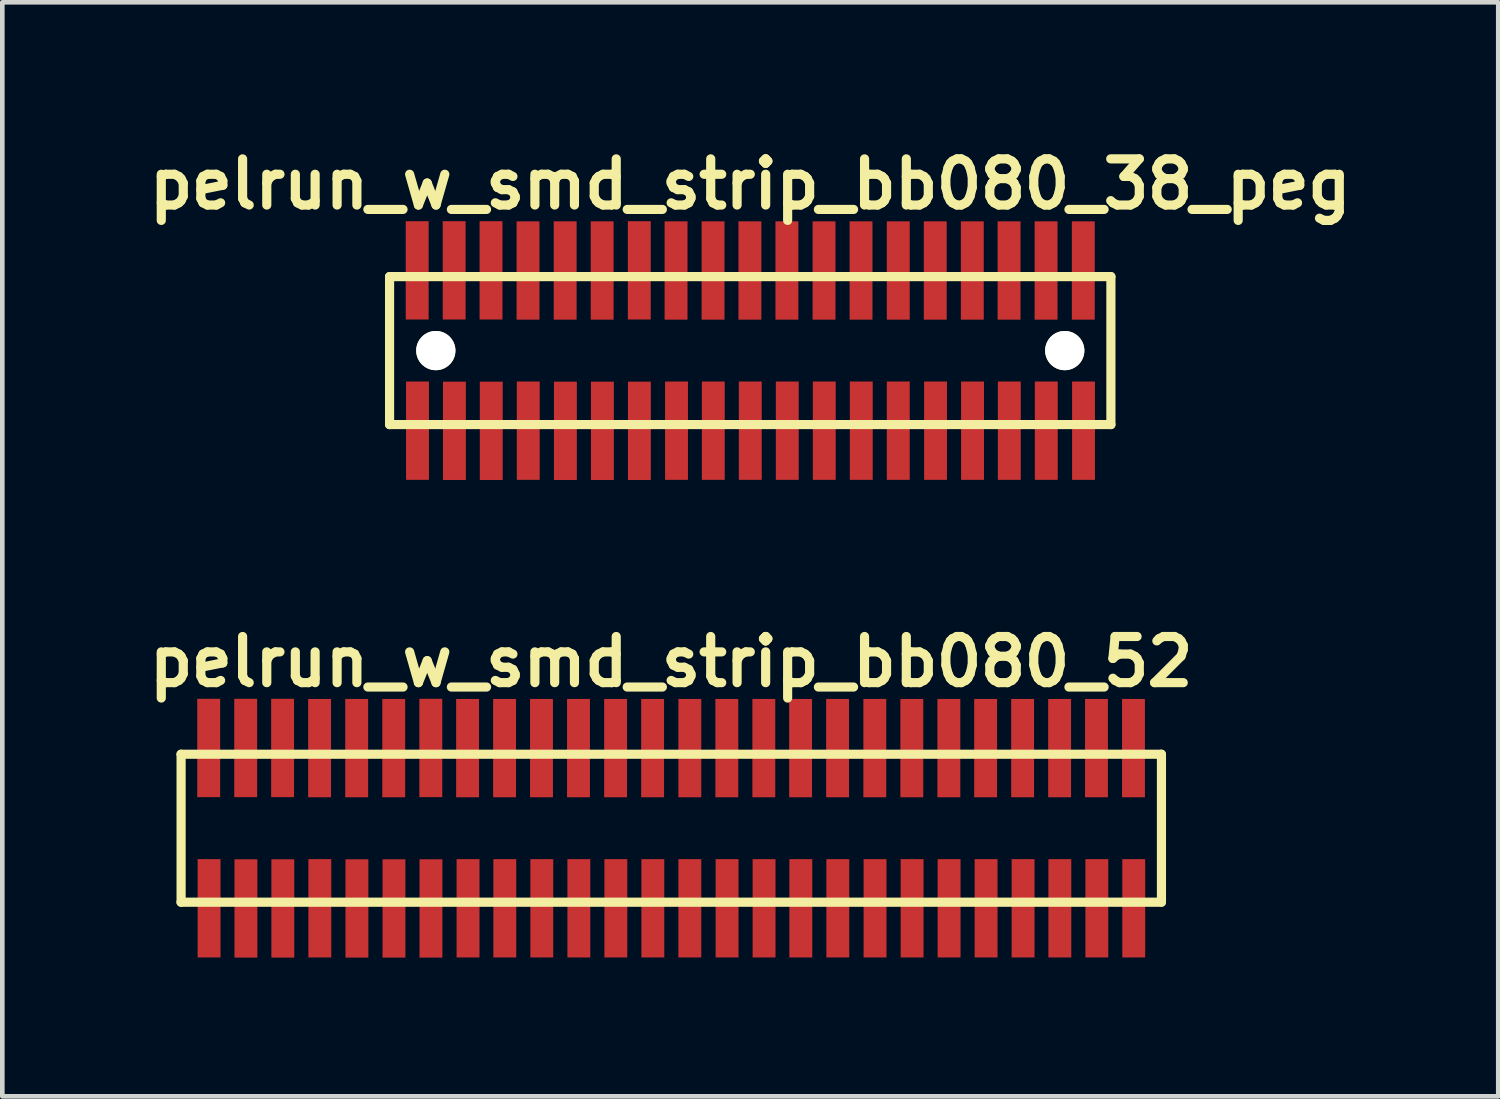
<source format=kicad_pcb>
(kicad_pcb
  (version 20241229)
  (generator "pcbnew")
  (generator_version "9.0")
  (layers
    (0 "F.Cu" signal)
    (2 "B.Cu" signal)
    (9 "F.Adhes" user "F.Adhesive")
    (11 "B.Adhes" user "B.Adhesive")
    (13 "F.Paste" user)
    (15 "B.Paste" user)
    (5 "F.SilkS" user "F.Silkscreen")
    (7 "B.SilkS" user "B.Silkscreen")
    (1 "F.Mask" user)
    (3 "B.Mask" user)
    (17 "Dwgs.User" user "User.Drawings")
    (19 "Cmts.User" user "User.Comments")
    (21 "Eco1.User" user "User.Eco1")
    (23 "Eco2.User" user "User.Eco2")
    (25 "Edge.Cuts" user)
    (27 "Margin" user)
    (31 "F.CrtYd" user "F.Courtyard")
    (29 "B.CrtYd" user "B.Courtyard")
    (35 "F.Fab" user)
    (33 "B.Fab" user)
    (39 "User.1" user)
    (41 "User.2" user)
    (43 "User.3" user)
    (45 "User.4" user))
  (footprint "pelrun_w_smd_strip_bb080_52"
    (layer "F.Cu")
    (at 11.463 14.859)
    (property "Reference" "pelrun_w_smd_strip_bb080_52" (at 0 -3.599 0) (layer "F.SilkS") (effects (font (size 0.998 0.998) (thickness 0.198))))
    (attr through_hole)
    (fp_line (start -10.599 1.6) (end 10.599 1.6) (stroke (width 0.198) (type solid)) (layer "F.SilkS"))
    (fp_line (start -10.597 -1.6) (end -10.597 1.6) (stroke (width 0.198) (type solid)) (layer "F.SilkS"))
    (fp_line (start 10.599 -1.6) (end -10.599 -1.6) (stroke (width 0.198) (type solid)) (layer "F.SilkS"))
    (fp_line (start 10.602 1.6) (end 10.602 -1.6) (stroke (width 0.198) (type solid)) (layer "F.SilkS"))
    (pad "1" smd rect (at -9.992 1.732) (size 0.495 2.126) (layers "F.Cu" "F.Mask" "F.Paste"))
    (pad "2" smd rect (at -10 -1.735) (size 0.495 2.126) (layers "F.Cu" "F.Mask" "F.Paste"))
    (pad "3" smd rect (at -9.195 1.735) (size 0.495 2.126) (layers "F.Cu" "F.Mask" "F.Paste"))
    (pad "4" smd rect (at -9.2 -1.735) (size 0.495 2.126) (layers "F.Cu" "F.Mask" "F.Paste"))
    (pad "5" smd rect (at -8.397 1.735) (size 0.495 2.126) (layers "F.Cu" "F.Mask" "F.Paste"))
    (pad "6" smd rect (at -8.402 -1.735) (size 0.495 2.126) (layers "F.Cu" "F.Mask" "F.Paste"))
    (pad "7" smd rect (at -7.597 1.732) (size 0.495 2.126) (layers "F.Cu" "F.Mask" "F.Paste"))
    (pad "8" smd rect (at -7.602 -1.732) (size 0.495 2.126) (layers "F.Cu" "F.Mask" "F.Paste"))
    (pad "9" smd rect (at -6.795 1.735) (size 0.495 2.126) (layers "F.Cu" "F.Mask" "F.Paste"))
    (pad "10" smd rect (at -6.8 -1.732) (size 0.495 2.126) (layers "F.Cu" "F.Mask" "F.Paste"))
    (pad "11" smd rect (at -5.994 1.735) (size 0.495 2.126) (layers "F.Cu" "F.Mask" "F.Paste"))
    (pad "12" smd rect (at -5.999 -1.732) (size 0.495 2.126) (layers "F.Cu" "F.Mask" "F.Paste"))
    (pad "13" smd rect (at -5.194 1.735) (size 0.495 2.126) (layers "F.Cu" "F.Mask" "F.Paste"))
    (pad "14" smd rect (at -5.197 -1.735) (size 0.495 2.126) (layers "F.Cu" "F.Mask" "F.Paste"))
    (pad "15" smd rect (at -4.392 1.732) (size 0.495 2.126) (layers "F.Cu" "F.Mask" "F.Paste"))
    (pad "16" smd rect (at -4.402 -1.732) (size 0.495 2.126) (layers "F.Cu" "F.Mask" "F.Paste"))
    (pad "17" smd rect (at -3.597 1.732) (size 0.495 2.126) (layers "F.Cu" "F.Mask" "F.Paste"))
    (pad "18" smd rect (at -3.602 -1.732) (size 0.495 2.126) (layers "F.Cu" "F.Mask" "F.Paste"))
    (pad "19" smd rect (at -2.797 1.732) (size 0.495 2.126) (layers "F.Cu" "F.Mask" "F.Paste"))
    (pad "20" smd rect (at -2.804 -1.732) (size 0.495 2.126) (layers "F.Cu" "F.Mask" "F.Paste"))
    (pad "21" smd rect (at -1.996 1.732) (size 0.495 2.126) (layers "F.Cu" "F.Mask" "F.Paste"))
    (pad "22" smd rect (at -2.004 -1.732) (size 0.495 2.126) (layers "F.Cu" "F.Mask" "F.Paste"))
    (pad "23" smd rect (at -1.196 1.732) (size 0.495 2.126) (layers "F.Cu" "F.Mask" "F.Paste"))
    (pad "24" smd rect (at -1.201 -1.732) (size 0.495 2.126) (layers "F.Cu" "F.Mask" "F.Paste"))
    (pad "25" smd rect (at -0.396 1.732) (size 0.495 2.126) (layers "F.Cu" "F.Mask" "F.Paste"))
    (pad "26" smd rect (at -0.401 -1.732) (size 0.495 2.126) (layers "F.Cu" "F.Mask" "F.Paste"))
    (pad "27" smd rect (at 0.404 1.732) (size 0.495 2.126) (layers "F.Cu" "F.Mask" "F.Paste"))
    (pad "28" smd rect (at 0.404 -1.732) (size 0.495 2.126) (layers "F.Cu" "F.Mask" "F.Paste"))
    (pad "29" smd rect (at 1.209 1.732) (size 0.495 2.126) (layers "F.Cu" "F.Mask" "F.Paste"))
    (pad "30" smd rect (at 1.204 -1.732) (size 0.495 2.126) (layers "F.Cu" "F.Mask" "F.Paste"))
    (pad "31" smd rect (at 2.009 1.732) (size 0.495 2.126) (layers "F.Cu" "F.Mask" "F.Paste"))
    (pad "32" smd rect (at 2.004 -1.732) (size 0.495 2.126) (layers "F.Cu" "F.Mask" "F.Paste"))
    (pad "33" smd rect (at 2.804 1.732) (size 0.495 2.126) (layers "F.Cu" "F.Mask" "F.Paste"))
    (pad "34" smd rect (at 2.799 -1.732) (size 0.495 2.126) (layers "F.Cu" "F.Mask" "F.Paste"))
    (pad "35" smd rect (at 3.604 1.732) (size 0.495 2.126) (layers "F.Cu" "F.Mask" "F.Paste"))
    (pad "36" smd rect (at 3.599 -1.732) (size 0.495 2.126) (layers "F.Cu" "F.Mask" "F.Paste"))
    (pad "37" smd rect (at 4.409 1.732) (size 0.495 2.126) (layers "F.Cu" "F.Mask" "F.Paste"))
    (pad "38" smd rect (at 4.404 -1.732) (size 0.495 2.126) (layers "F.Cu" "F.Mask" "F.Paste"))
    (pad "39" smd rect (at 5.21 1.732) (size 0.495 2.126) (layers "F.Cu" "F.Mask" "F.Paste"))
    (pad "40" smd rect (at 5.204 -1.732) (size 0.495 2.126) (layers "F.Cu" "F.Mask" "F.Paste"))
    (pad "41" smd rect (at 6.01 1.732) (size 0.495 2.126) (layers "F.Cu" "F.Mask" "F.Paste"))
    (pad "42" smd rect (at 6.005 -1.732) (size 0.495 2.126) (layers "F.Cu" "F.Mask" "F.Paste"))
    (pad "43" smd rect (at 6.81 1.732) (size 0.495 2.126) (layers "F.Cu" "F.Mask" "F.Paste"))
    (pad "44" smd rect (at 6.8 -1.732) (size 0.495 2.126) (layers "F.Cu" "F.Mask" "F.Paste"))
    (pad "45" smd rect (at 7.61 1.732) (size 0.495 2.126) (layers "F.Cu" "F.Mask" "F.Paste"))
    (pad "46" smd rect (at 7.6 -1.732) (size 0.495 2.126) (layers "F.Cu" "F.Mask" "F.Paste"))
    (pad "47" smd rect (at 8.405 1.732) (size 0.495 2.126) (layers "F.Cu" "F.Mask" "F.Paste"))
    (pad "48" smd rect (at 8.4 -1.732) (size 0.495 2.126) (layers "F.Cu" "F.Mask" "F.Paste"))
    (pad "49" smd rect (at 9.205 1.732) (size 0.495 2.126) (layers "F.Cu" "F.Mask" "F.Paste"))
    (pad "50" smd rect (at 9.197 -1.732) (size 0.495 2.126) (layers "F.Cu" "F.Mask" "F.Paste"))
    (pad "51" smd rect (at 10.003 1.732) (size 0.495 2.126) (layers "F.Cu" "F.Mask" "F.Paste"))
    (pad "52" smd rect (at 9.997 -1.732) (size 0.495 2.126) (layers "F.Cu" "F.Mask" "F.Paste")))
  (footprint "pelrun_w_smd_strip_bb080_38_peg"
    (layer "F.Cu")
    (at 13.174 4.531)
    (property "Reference" "pelrun_w_smd_strip_bb080_38_peg" (at 0 -3.599 0) (layer "F.SilkS") (effects (font (size 0.998 0.998) (thickness 0.198))))
    (attr through_hole)
    (fp_line (start -7.8 -1.6) (end -7.8 1.6) (stroke (width 0.198) (type solid)) (layer "F.SilkS"))
    (fp_line (start -7.8 1.6) (end 7.798 1.6) (stroke (width 0.198) (type solid)) (layer "F.SilkS"))
    (fp_line (start 7.798 -1.6) (end -7.8 -1.6) (stroke (width 0.198) (type solid)) (layer "F.SilkS"))
    (fp_line (start 7.798 1.6) (end 7.798 -1.6) (stroke (width 0.198) (type solid)) (layer "F.SilkS"))
    (pad "" np_thru_hole circle (at -6.8 0) (size 0.848 0.848) (drill 0.848) (layers "*.Cu" "*.Mask" "F.SilkS"))
    (pad "" np_thru_hole circle (at 6.8 0) (size 0.848 0.848) (drill 0.848) (layers "*.Cu" "*.Mask" "F.SilkS"))
    (pad "1" smd rect (at -7.196 1.732) (size 0.495 2.126) (layers "F.Cu" "F.Mask" "F.Paste"))
    (pad "2" smd rect (at -7.203 -1.735) (size 0.495 2.126) (layers "F.Cu" "F.Mask" "F.Paste"))
    (pad "3" smd rect (at -6.398 1.735) (size 0.495 2.126) (layers "F.Cu" "F.Mask" "F.Paste"))
    (pad "4" smd rect (at -6.403 -1.735) (size 0.495 2.126) (layers "F.Cu" "F.Mask" "F.Paste"))
    (pad "5" smd rect (at -5.601 1.735) (size 0.495 2.126) (layers "F.Cu" "F.Mask" "F.Paste"))
    (pad "6" smd rect (at -5.606 -1.735) (size 0.495 2.126) (layers "F.Cu" "F.Mask" "F.Paste"))
    (pad "7" smd rect (at -4.801 1.732) (size 0.495 2.126) (layers "F.Cu" "F.Mask" "F.Paste"))
    (pad "8" smd rect (at -4.806 -1.732) (size 0.495 2.126) (layers "F.Cu" "F.Mask" "F.Paste"))
    (pad "9" smd rect (at -3.998 1.735) (size 0.495 2.126) (layers "F.Cu" "F.Mask" "F.Paste"))
    (pad "10" smd rect (at -4.003 -1.732) (size 0.495 2.126) (layers "F.Cu" "F.Mask" "F.Paste"))
    (pad "11" smd rect (at -3.198 1.735) (size 0.495 2.126) (layers "F.Cu" "F.Mask" "F.Paste"))
    (pad "12" smd rect (at -3.203 -1.732) (size 0.495 2.126) (layers "F.Cu" "F.Mask" "F.Paste"))
    (pad "13" smd rect (at -2.398 1.735) (size 0.495 2.126) (layers "F.Cu" "F.Mask" "F.Paste"))
    (pad "14" smd rect (at -2.4 -1.735) (size 0.495 2.126) (layers "F.Cu" "F.Mask" "F.Paste"))
    (pad "15" smd rect (at -1.595 1.732) (size 0.495 2.126) (layers "F.Cu" "F.Mask" "F.Paste"))
    (pad "16" smd rect (at -1.605 -1.732) (size 0.495 2.126) (layers "F.Cu" "F.Mask" "F.Paste"))
    (pad "17" smd rect (at -0.8 1.732) (size 0.495 2.126) (layers "F.Cu" "F.Mask" "F.Paste"))
    (pad "18" smd rect (at -0.805 -1.732) (size 0.495 2.126) (layers "F.Cu" "F.Mask" "F.Paste"))
    (pad "19" smd rect (at 0 1.732) (size 0.495 2.126) (layers "F.Cu" "F.Mask" "F.Paste"))
    (pad "20" smd rect (at -0.008 -1.732) (size 0.495 2.126) (layers "F.Cu" "F.Mask" "F.Paste"))
    (pad "21" smd rect (at 0.8 1.732) (size 0.495 2.126) (layers "F.Cu" "F.Mask" "F.Paste"))
    (pad "22" smd rect (at 0.792 -1.732) (size 0.495 2.126) (layers "F.Cu" "F.Mask" "F.Paste"))
    (pad "23" smd rect (at 1.6 1.732) (size 0.495 2.126) (layers "F.Cu" "F.Mask" "F.Paste"))
    (pad "24" smd rect (at 1.595 -1.732) (size 0.495 2.126) (layers "F.Cu" "F.Mask" "F.Paste"))
    (pad "25" smd rect (at 2.4 1.732) (size 0.495 2.126) (layers "F.Cu" "F.Mask" "F.Paste"))
    (pad "26" smd rect (at 2.395 -1.732) (size 0.495 2.126) (layers "F.Cu" "F.Mask" "F.Paste"))
    (pad "27" smd rect (at 3.2 1.732) (size 0.495 2.126) (layers "F.Cu" "F.Mask" "F.Paste"))
    (pad "28" smd rect (at 3.2 -1.732) (size 0.495 2.126) (layers "F.Cu" "F.Mask" "F.Paste"))
    (pad "29" smd rect (at 4.006 1.732) (size 0.495 2.126) (layers "F.Cu" "F.Mask" "F.Paste"))
    (pad "30" smd rect (at 4 -1.732) (size 0.495 2.126) (layers "F.Cu" "F.Mask" "F.Paste"))
    (pad "31" smd rect (at 4.806 1.732) (size 0.495 2.126) (layers "F.Cu" "F.Mask" "F.Paste"))
    (pad "32" smd rect (at 4.801 -1.732) (size 0.495 2.126) (layers "F.Cu" "F.Mask" "F.Paste"))
    (pad "33" smd rect (at 5.601 1.732) (size 0.495 2.126) (layers "F.Cu" "F.Mask" "F.Paste"))
    (pad "34" smd rect (at 5.596 -1.732) (size 0.495 2.126) (layers "F.Cu" "F.Mask" "F.Paste"))
    (pad "35" smd rect (at 6.401 1.732) (size 0.495 2.126) (layers "F.Cu" "F.Mask" "F.Paste"))
    (pad "36" smd rect (at 6.396 -1.732) (size 0.495 2.126) (layers "F.Cu" "F.Mask" "F.Paste"))
    (pad "37" smd rect (at 7.206 1.732) (size 0.495 2.126) (layers "F.Cu" "F.Mask" "F.Paste"))
    (pad "38" smd rect (at 7.201 -1.732) (size 0.495 2.126) (layers "F.Cu" "F.Mask" "F.Paste")))
  (gr_rect
    (start -3 -3)
    (end 29.348 20.657)
    (stroke (width 0.1) (type default))
    (fill no)
    (layer "Edge.Cuts")))
</source>
